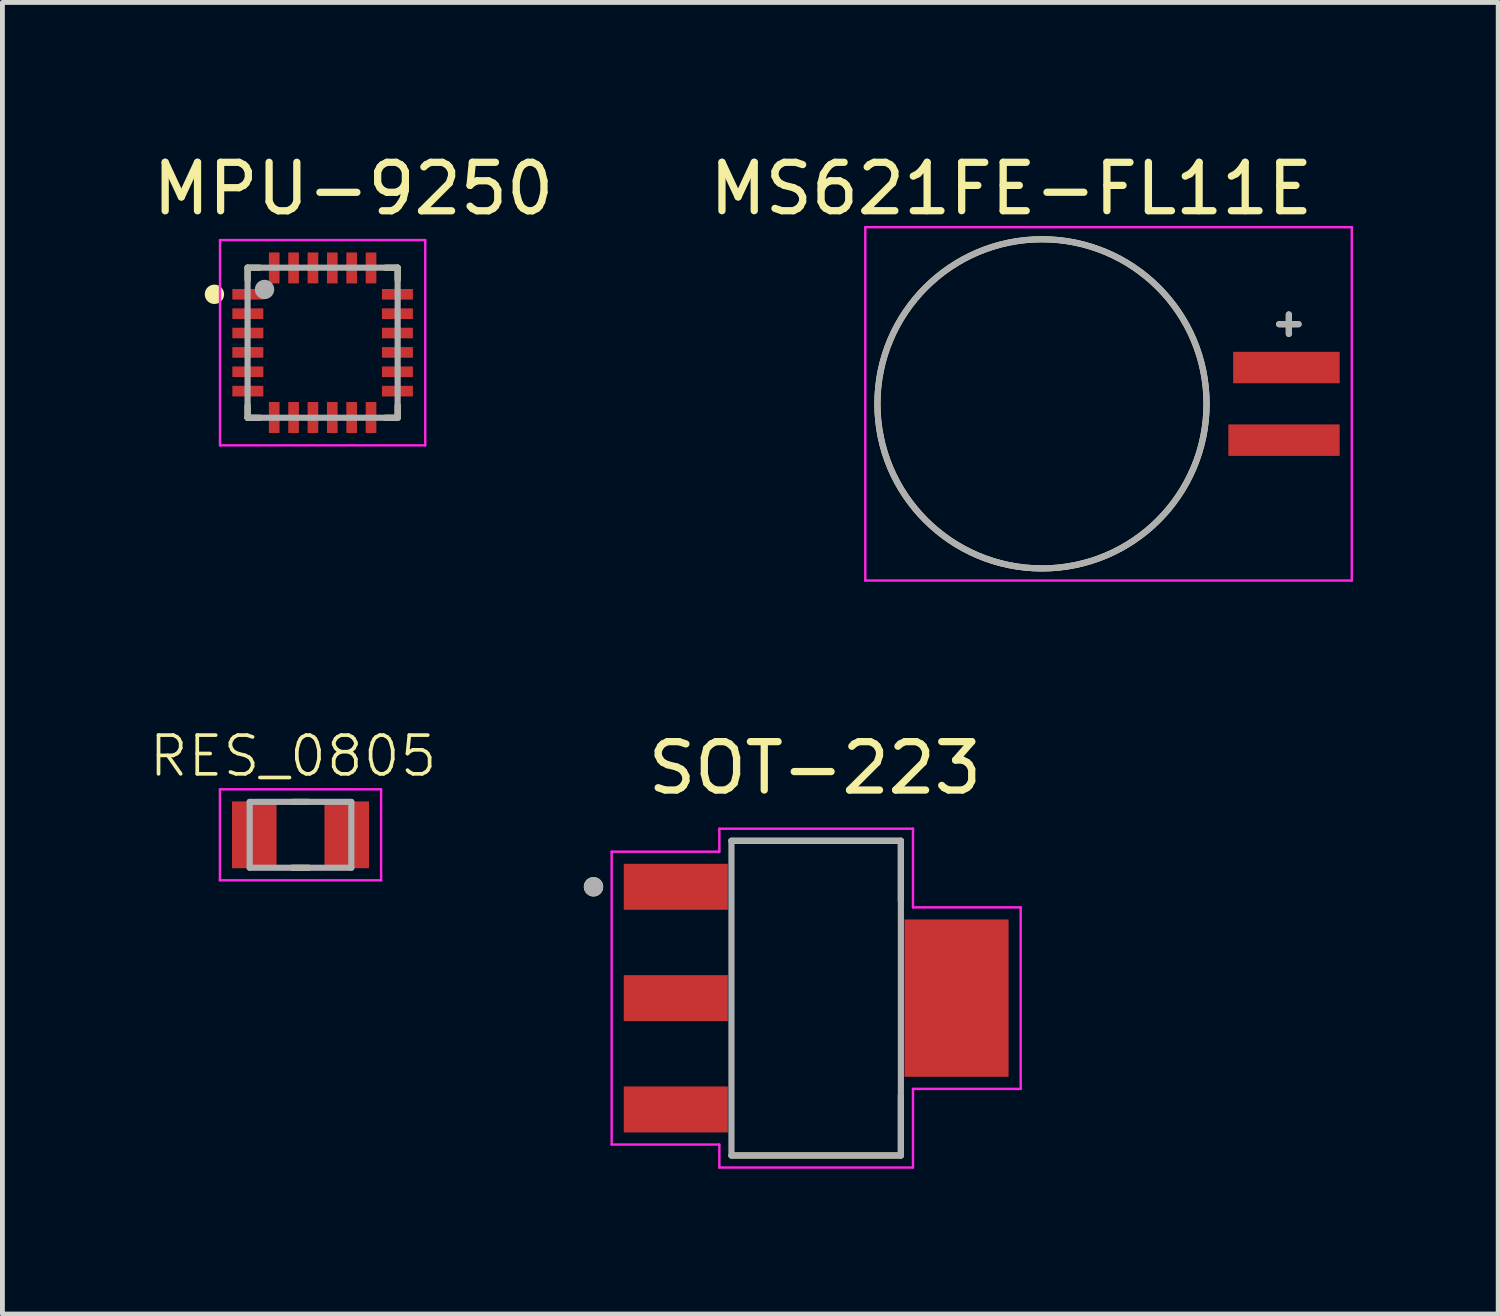
<source format=kicad_pcb>
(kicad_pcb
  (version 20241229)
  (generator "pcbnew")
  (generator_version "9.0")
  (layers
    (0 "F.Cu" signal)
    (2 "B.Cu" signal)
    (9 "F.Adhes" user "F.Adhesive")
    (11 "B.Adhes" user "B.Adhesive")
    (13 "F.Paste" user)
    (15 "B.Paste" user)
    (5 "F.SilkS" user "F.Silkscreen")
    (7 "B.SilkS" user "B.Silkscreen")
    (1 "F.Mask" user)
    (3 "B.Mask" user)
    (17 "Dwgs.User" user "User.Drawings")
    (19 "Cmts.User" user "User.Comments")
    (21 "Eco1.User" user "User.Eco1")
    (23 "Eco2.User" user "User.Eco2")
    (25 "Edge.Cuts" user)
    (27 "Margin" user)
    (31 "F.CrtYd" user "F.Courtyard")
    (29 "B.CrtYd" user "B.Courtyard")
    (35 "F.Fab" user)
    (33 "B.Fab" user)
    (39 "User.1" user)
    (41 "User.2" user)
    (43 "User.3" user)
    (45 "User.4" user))
  (footprint "RES_0805"
    (layer "F.Cu")
    (at 3.158 14.196)
    (property "Reference" "RES_0805" (at -0.152 -1.626 0) (layer "F.SilkS") (effects (font (size 0.8 0.8) (thickness 0.076))))
    (attr through_hole)
    (fp_line (start -0.17 -0.68) (end 0.17 -0.68) (stroke (width 0.127) (type solid)) (layer "F.SilkS"))
    (fp_line (start -0.17 0.68) (end 0.17 0.68) (stroke (width 0.127) (type solid)) (layer "F.SilkS"))
    (fp_line (start -1.665 -0.94) (end 1.665 -0.94) (stroke (width 0.05) (type solid)) (layer "F.CrtYd"))
    (fp_line (start -1.665 0.94) (end -1.665 -0.94) (stroke (width 0.05) (type solid)) (layer "F.CrtYd"))
    (fp_line (start -1.665 0.94) (end 1.665 0.94) (stroke (width 0.05) (type solid)) (layer "F.CrtYd"))
    (fp_line (start 1.665 0.94) (end 1.665 -0.94) (stroke (width 0.05) (type solid)) (layer "F.CrtYd"))
    (fp_line (start -1.05 0.68) (end -1.05 -0.68) (stroke (width 0.127) (type solid)) (layer "F.Fab"))
    (fp_line (start 1.05 -0.68) (end -1.05 -0.68) (stroke (width 0.127) (type solid)) (layer "F.Fab"))
    (fp_line (start 1.05 0.68) (end -1.05 0.68) (stroke (width 0.127) (type solid)) (layer "F.Fab"))
    (fp_line (start 1.05 0.68) (end 1.05 -0.68) (stroke (width 0.127) (type solid)) (layer "F.Fab"))
    (pad "1" smd rect (at -0.955 0) (size 0.92 1.38) (layers "F.Cu" "F.Mask" "F.Paste"))
    (pad "2" smd rect (at 0.955 0) (size 0.92 1.38) (layers "F.Cu" "F.Mask" "F.Paste")))
  (footprint "SOT-223"
    (layer "F.Cu")
    (at 13.811 17.57)
    (property "Reference" "SOT-223" (at -0.025 -4.754 0) (layer "F.SilkS") (effects (font (size 1 1) (thickness 0.15))))
    (attr through_hole)
    (fp_line (start -1.75 -3.25) (end 1.75 -3.25) (stroke (width 0.127) (type solid)) (layer "F.SilkS"))
    (fp_line (start -1.75 3.25) (end 1.75 3.25) (stroke (width 0.127) (type solid)) (layer "F.SilkS"))
    (fp_line (start 1.75 -3.25) (end 1.75 -2.01) (stroke (width 0.127) (type solid)) (layer "F.SilkS"))
    (fp_line (start 1.75 3.25) (end 1.75 2.01) (stroke (width 0.127) (type solid)) (layer "F.SilkS"))
    (fp_circle (center -4.6 -2.3) (end -4.5 -2.3) (stroke (width 0.2) (type solid)) (fill no) (layer "F.SilkS"))
    (fp_line (start -4.225 -3.025) (end -4.225 3.025) (stroke (width 0.05) (type solid)) (layer "F.CrtYd"))
    (fp_line (start -4.225 3.025) (end -2 3.025) (stroke (width 0.05) (type solid)) (layer "F.CrtYd"))
    (fp_line (start -2 -3.5) (end -2 -3.025) (stroke (width 0.05) (type solid)) (layer "F.CrtYd"))
    (fp_line (start -2 -3.025) (end -4.225 -3.025) (stroke (width 0.05) (type solid)) (layer "F.CrtYd"))
    (fp_line (start -2 3.025) (end -2 3.5) (stroke (width 0.05) (type solid)) (layer "F.CrtYd"))
    (fp_line (start -2 3.5) (end 2 3.5) (stroke (width 0.05) (type solid)) (layer "F.CrtYd"))
    (fp_line (start 2 -3.5) (end -2 -3.5) (stroke (width 0.05) (type solid)) (layer "F.CrtYd"))
    (fp_line (start 2 -1.875) (end 2 -3.5) (stroke (width 0.05) (type solid)) (layer "F.CrtYd"))
    (fp_line (start 2 1.875) (end 4.225 1.875) (stroke (width 0.05) (type solid)) (layer "F.CrtYd"))
    (fp_line (start 2 3.5) (end 2 1.875) (stroke (width 0.05) (type solid)) (layer "F.CrtYd"))
    (fp_line (start 4.225 -1.875) (end 2 -1.875) (stroke (width 0.05) (type solid)) (layer "F.CrtYd"))
    (fp_line (start 4.225 1.875) (end 4.225 -1.875) (stroke (width 0.05) (type solid)) (layer "F.CrtYd"))
    (fp_line (start -1.75 -3.25) (end -1.75 3.25) (stroke (width 0.127) (type solid)) (layer "F.Fab"))
    (fp_line (start 1.75 -3.25) (end -1.75 -3.25) (stroke (width 0.127) (type solid)) (layer "F.Fab"))
    (fp_line (start 1.75 -3.25) (end 1.75 3.25) (stroke (width 0.127) (type solid)) (layer "F.Fab"))
    (fp_line (start 1.75 3.25) (end -1.75 3.25) (stroke (width 0.127) (type solid)) (layer "F.Fab"))
    (fp_circle (center -4.6 -2.3) (end -4.5 -2.3) (stroke (width 0.2) (type solid)) (fill no) (layer "F.Fab"))
    (pad "1" smd rect (at -2.9 -2.3) (size 2.15 0.95) (layers "F.Cu" "F.Mask" "F.Paste"))
    (pad "2" smd rect (at -2.9 0) (size 2.15 0.95) (layers "F.Cu" "F.Mask" "F.Paste"))
    (pad "3" smd rect (at -2.9 2.3) (size 2.15 0.95) (layers "F.Cu" "F.Mask" "F.Paste"))
    (pad "4" smd rect (at 2.9 0) (size 2.15 3.25) (layers "F.Cu" "F.Mask" "F.Paste")))
  (footprint "MS621FE-FL11E"
    (layer "F.Cu")
    (at 18.476 5.293)
    (property "Reference" "MS621FE-FL11E" (at -0.635 -4.445 0) (layer "F.SilkS") (effects (font (size 1 1) (thickness 0.15))))
    (attr through_hole)
    (fp_line (start 4.9 -1.646) (end 5.3 -1.646) (stroke (width 0.127) (type solid)) (layer "F.SilkS"))
    (fp_line (start 5.1 -1.846) (end 5.1 -1.446) (stroke (width 0.127) (type solid)) (layer "F.SilkS"))
    (fp_circle (center 0 0) (end 3.4 0) (stroke (width 0.127) (type solid)) (fill no) (layer "F.SilkS"))
    (fp_line (start -3.65 -3.65) (end 6.4 -3.65) (stroke (width 0.05) (type solid)) (layer "F.CrtYd"))
    (fp_line (start -3.65 3.65) (end -3.65 -3.65) (stroke (width 0.05) (type solid)) (layer "F.CrtYd"))
    (fp_line (start 6.4 -3.65) (end 6.4 3.65) (stroke (width 0.05) (type solid)) (layer "F.CrtYd"))
    (fp_line (start 6.4 3.65) (end -3.65 3.65) (stroke (width 0.05) (type solid)) (layer "F.CrtYd"))
    (fp_line (start 4.9 -1.646) (end 5.3 -1.646) (stroke (width 0.127) (type solid)) (layer "F.Fab"))
    (fp_line (start 5.1 -1.846) (end 5.1 -1.446) (stroke (width 0.127) (type solid)) (layer "F.Fab"))
    (fp_circle (center 0 0) (end 3.4 0) (stroke (width 0.127) (type solid)) (fill no) (layer "F.Fab"))
    (pad "1" smd rect (at 5.05 -0.75) (size 2.2 0.65) (layers "F.Cu" "F.Mask" "F.Paste"))
    (pad "2" smd rect (at 5 0.75) (size 2.3 0.65) (layers "F.Cu" "F.Mask" "F.Paste")))
  (footprint "MPU-9250"
    (layer "F.Cu")
    (at 3.615 4.03)
    (property "Reference" "MPU-9250" (at 0.636 -3.181 0) (layer "F.SilkS") (effects (font (size 1.002 1.002) (thickness 0.15))))
    (attr through_hole)
    (fp_line (start -1.55 -1.55) (end -1.55 -1.3) (stroke (width 0.127) (type solid)) (layer "F.SilkS"))
    (fp_line (start -1.55 1.3) (end -1.55 1.55) (stroke (width 0.127) (type solid)) (layer "F.SilkS"))
    (fp_line (start -1.55 1.55) (end -1.3 1.55) (stroke (width 0.127) (type solid)) (layer "F.SilkS"))
    (fp_line (start -1.3 -1.55) (end -1.55 -1.55) (stroke (width 0.127) (type solid)) (layer "F.SilkS"))
    (fp_line (start 1.3 -1.55) (end 1.55 -1.55) (stroke (width 0.127) (type solid)) (layer "F.SilkS"))
    (fp_line (start 1.55 -1.55) (end 1.55 -1.3) (stroke (width 0.127) (type solid)) (layer "F.SilkS"))
    (fp_line (start 1.55 1.3) (end 1.55 1.55) (stroke (width 0.127) (type solid)) (layer "F.SilkS"))
    (fp_line (start 1.55 1.55) (end 1.3 1.55) (stroke (width 0.127) (type solid)) (layer "F.SilkS"))
    (fp_circle (center -2.235 -1) (end -2.135 -1) (stroke (width 0.2) (type solid)) (fill no) (layer "F.SilkS"))
    (fp_line (start -2.12 -2.12) (end 2.12 -2.12) (stroke (width 0.05) (type solid)) (layer "F.CrtYd"))
    (fp_line (start -2.12 2.12) (end -2.12 -2.12) (stroke (width 0.05) (type solid)) (layer "F.CrtYd"))
    (fp_line (start 2.12 -2.12) (end 2.12 2.12) (stroke (width 0.05) (type solid)) (layer "F.CrtYd"))
    (fp_line (start 2.12 2.12) (end -2.12 2.12) (stroke (width 0.05) (type solid)) (layer "F.CrtYd"))
    (fp_line (start -1.55 -1.55) (end 1.55 -1.55) (stroke (width 0.127) (type solid)) (layer "F.Fab"))
    (fp_line (start -1.55 1.55) (end -1.55 -1.55) (stroke (width 0.127) (type solid)) (layer "F.Fab"))
    (fp_line (start 1.55 -1.55) (end 1.55 1.55) (stroke (width 0.127) (type solid)) (layer "F.Fab"))
    (fp_line (start 1.55 1.55) (end -1.55 1.55) (stroke (width 0.127) (type solid)) (layer "F.Fab"))
    (fp_circle (center -1.2 -1.1) (end -1.1 -1.1) (stroke (width 0.2) (type solid)) (fill no) (layer "F.Fab"))
    (pad "1" smd roundrect (at -1.545 -1) (size 0.64 0.22) (layers "F.Cu" "F.Mask" "F.Paste") (roundrect_rratio 0.03))
    (pad "2" smd roundrect (at -1.545 -0.6) (size 0.64 0.22) (layers "F.Cu" "F.Mask" "F.Paste") (roundrect_rratio 0.03))
    (pad "3" smd roundrect (at -1.545 -0.2) (size 0.64 0.22) (layers "F.Cu" "F.Mask" "F.Paste") (roundrect_rratio 0.03))
    (pad "4" smd roundrect (at -1.545 0.2) (size 0.64 0.22) (layers "F.Cu" "F.Mask" "F.Paste") (roundrect_rratio 0.03))
    (pad "5" smd roundrect (at -1.545 0.6) (size 0.64 0.22) (layers "F.Cu" "F.Mask" "F.Paste") (roundrect_rratio 0.03))
    (pad "6" smd roundrect (at -1.545 1) (size 0.64 0.22) (layers "F.Cu" "F.Mask" "F.Paste") (roundrect_rratio 0.03))
    (pad "7" smd roundrect (at -1 1.545 90) (size 0.64 0.22) (layers "F.Cu" "F.Mask" "F.Paste") (roundrect_rratio 0.03))
    (pad "8" smd roundrect (at -0.6 1.545 90) (size 0.64 0.22) (layers "F.Cu" "F.Mask" "F.Paste") (roundrect_rratio 0.03))
    (pad "9" smd roundrect (at -0.2 1.545 90) (size 0.64 0.22) (layers "F.Cu" "F.Mask" "F.Paste") (roundrect_rratio 0.03))
    (pad "10" smd roundrect (at 0.2 1.545 90) (size 0.64 0.22) (layers "F.Cu" "F.Mask" "F.Paste") (roundrect_rratio 0.03))
    (pad "11" smd roundrect (at 0.6 1.545 90) (size 0.64 0.22) (layers "F.Cu" "F.Mask" "F.Paste") (roundrect_rratio 0.03))
    (pad "12" smd roundrect (at 1 1.545 90) (size 0.64 0.22) (layers "F.Cu" "F.Mask" "F.Paste") (roundrect_rratio 0.03))
    (pad "13" smd roundrect (at 1.545 1 180) (size 0.64 0.22) (layers "F.Cu" "F.Mask" "F.Paste") (roundrect_rratio 0.03))
    (pad "14" smd roundrect (at 1.545 0.6 180) (size 0.64 0.22) (layers "F.Cu" "F.Mask" "F.Paste") (roundrect_rratio 0.03))
    (pad "15" smd roundrect (at 1.545 0.2 180) (size 0.64 0.22) (layers "F.Cu" "F.Mask" "F.Paste") (roundrect_rratio 0.03))
    (pad "16" smd roundrect (at 1.545 -0.2 180) (size 0.64 0.22) (layers "F.Cu" "F.Mask" "F.Paste") (roundrect_rratio 0.03))
    (pad "17" smd roundrect (at 1.545 -0.6 180) (size 0.64 0.22) (layers "F.Cu" "F.Mask" "F.Paste") (roundrect_rratio 0.03))
    (pad "18" smd roundrect (at 1.545 -1 180) (size 0.64 0.22) (layers "F.Cu" "F.Mask" "F.Paste") (roundrect_rratio 0.03))
    (pad "19" smd roundrect (at 1 -1.545 270) (size 0.64 0.22) (layers "F.Cu" "F.Mask" "F.Paste") (roundrect_rratio 0.03))
    (pad "20" smd roundrect (at 0.6 -1.545 270) (size 0.64 0.22) (layers "F.Cu" "F.Mask" "F.Paste") (roundrect_rratio 0.03))
    (pad "21" smd roundrect (at 0.2 -1.545 270) (size 0.64 0.22) (layers "F.Cu" "F.Mask" "F.Paste") (roundrect_rratio 0.03))
    (pad "22" smd roundrect (at -0.2 -1.545 270) (size 0.64 0.22) (layers "F.Cu" "F.Mask" "F.Paste") (roundrect_rratio 0.03))
    (pad "23" smd roundrect (at -0.6 -1.545 270) (size 0.64 0.22) (layers "F.Cu" "F.Mask" "F.Paste") (roundrect_rratio 0.03))
    (pad "24" smd roundrect (at -1 -1.545 270) (size 0.64 0.22) (layers "F.Cu" "F.Mask" "F.Paste") (roundrect_rratio 0.03))
    (zone (net_name "") (layer "F.Cu") (hatch full 0.508) (connect_pads) (min_thickness 0.01) (filled_areas_thickness no) (keepout (tracks not_allowed) (vias not_allowed) (pads not_allowed) (copperpour not_allowed) (footprints allowed)) (placement (enabled no)) (fill) (polygon (pts (xy 2.765 3.26) (xy 4.465 3.26) (xy 4.465 4.8) (xy 2.765 4.8))))
    (zone (net_name "") (layers "F.Cu" "B.Cu") (hatch full 0.508) (connect_pads) (min_thickness 0.01) (filled_areas_thickness no) (keepout (tracks allowed) (vias not_allowed) (pads allowed) (copperpour allowed) (footprints allowed)) (placement (enabled no)) (fill) (polygon (pts (xy 2.765 3.26) (xy 4.465 3.26) (xy 4.465 4.8) (xy 2.765 4.8)))))
  (gr_rect
    (start -3 -3)
    (end 27.901 24.096)
    (stroke (width 0.1) (type default))
    (fill no)
    (layer "Edge.Cuts")))
</source>
